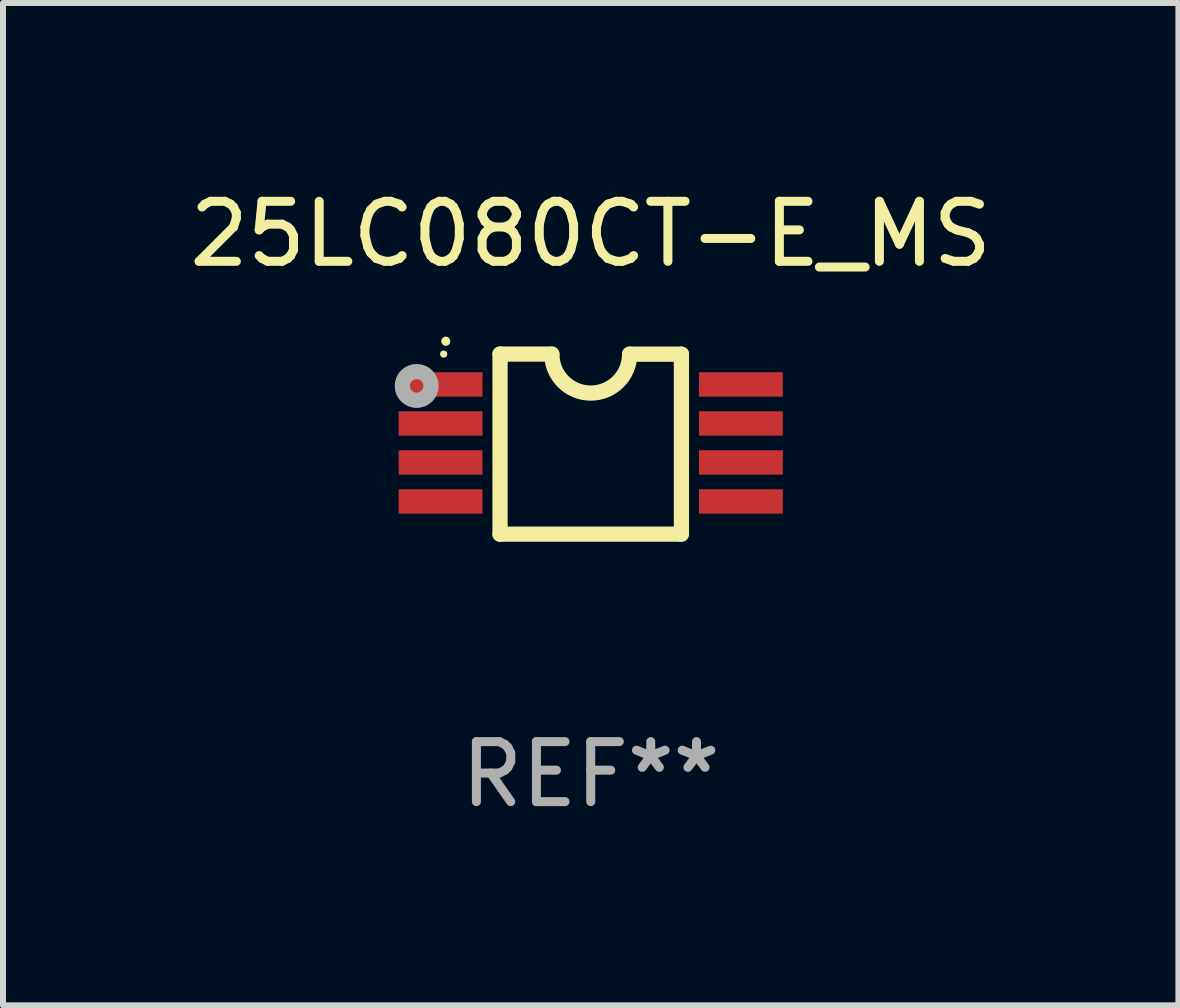
<source format=kicad_pcb>
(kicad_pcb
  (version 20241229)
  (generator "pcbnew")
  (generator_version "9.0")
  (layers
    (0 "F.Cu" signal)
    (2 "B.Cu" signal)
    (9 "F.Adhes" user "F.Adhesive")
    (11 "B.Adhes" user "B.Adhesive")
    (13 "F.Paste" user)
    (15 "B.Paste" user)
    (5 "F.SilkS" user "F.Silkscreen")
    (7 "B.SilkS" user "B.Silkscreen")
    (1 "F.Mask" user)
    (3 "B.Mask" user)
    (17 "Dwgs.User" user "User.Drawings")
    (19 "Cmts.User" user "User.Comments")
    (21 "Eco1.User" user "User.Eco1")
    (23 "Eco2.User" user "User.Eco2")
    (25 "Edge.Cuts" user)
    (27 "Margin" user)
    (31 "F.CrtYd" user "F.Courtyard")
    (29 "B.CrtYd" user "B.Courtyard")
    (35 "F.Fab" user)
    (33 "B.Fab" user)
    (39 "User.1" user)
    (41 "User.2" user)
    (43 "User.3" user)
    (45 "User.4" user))
  (footprint "25LC080CT-E_MS"
    (layer "F.Cu")
    (at 6.792 4.35)
    (property "Reference" "25LC080CT-E_MS" (at 0 -3.501 0) (layer "F.SilkS") (effects (font (size 1 1) (thickness 0.15))))
    (attr through_hole)
    (fp_line (start -1.511 -1.501) (end -1.511 1.499) (stroke (width 0.254) (type solid)) (layer "F.SilkS"))
    (fp_line (start -1.511 -1.501) (end -0.648 -1.501) (stroke (width 0.254) (type solid)) (layer "F.SilkS"))
    (fp_line (start -1.511 1.499) (end 1.489 1.499) (stroke (width 0.254) (type solid)) (layer "F.SilkS"))
    (fp_line (start 0.648 -1.499) (end 1.511 -1.499) (stroke (width 0.254) (type solid)) (layer "F.SilkS"))
    (fp_line (start 1.511 -1.499) (end 1.511 1.501) (stroke (width 0.254) (type solid)) (layer "F.SilkS"))
    (fp_arc (start -2.41491 -1.713233) (mid -2.414916 -1.714503) (end -2.41491 -1.715773) (stroke (width 0.150013) (type solid)) (layer "F.SilkS"))
    (fp_arc (start 0.647803 -1.498603) (mid 0.000102 -0.850902) (end -0.647599 -1.498603) (stroke (width 0.254001) (type solid)) (layer "F.SilkS"))
    (fp_circle (center -2.45 -1.501) (end -2.42 -1.501) (stroke (width 0.06) (type solid)) (fill no) (layer "F.SilkS"))
    (fp_circle (center -2.9 -0.97) (end -2.788 -0.97) (stroke (width 0.254) (type solid)) (fill no) (layer "F.Fab"))
    (fp_text user "REF**" (at 0 5.501 0) (layer "F.Fab") (effects (font (size 1 1) (thickness 0.15))))
    (pad "1" smd rect (at -2.502 -0.995) (size 1.397 0.406) (layers "F.Cu" "F.Mask" "F.Paste"))
    (pad "2" smd rect (at -2.502 -0.345) (size 1.397 0.406) (layers "F.Cu" "F.Mask" "F.Paste"))
    (pad "3" smd rect (at -2.502 0.305) (size 1.397 0.406) (layers "F.Cu" "F.Mask" "F.Paste"))
    (pad "4" smd rect (at -2.502 0.955) (size 1.397 0.406) (layers "F.Cu" "F.Mask" "F.Paste"))
    (pad "5" smd rect (at 2.502 0.955) (size 1.397 0.406) (layers "F.Cu" "F.Mask" "F.Paste"))
    (pad "6" smd rect (at 2.502 0.305) (size 1.397 0.406) (layers "F.Cu" "F.Mask" "F.Paste"))
    (pad "7" smd rect (at 2.502 -0.345) (size 1.397 0.406) (layers "F.Cu" "F.Mask" "F.Paste"))
    (pad "8" smd rect (at 2.502 -0.995) (size 1.397 0.406) (layers "F.Cu" "F.Mask" "F.Paste")))
  (gr_rect
    (start -3 -3)
    (end 16.583 13.699)
    (stroke (width 0.1) (type default))
    (fill no)
    (layer "Edge.Cuts")))
</source>
